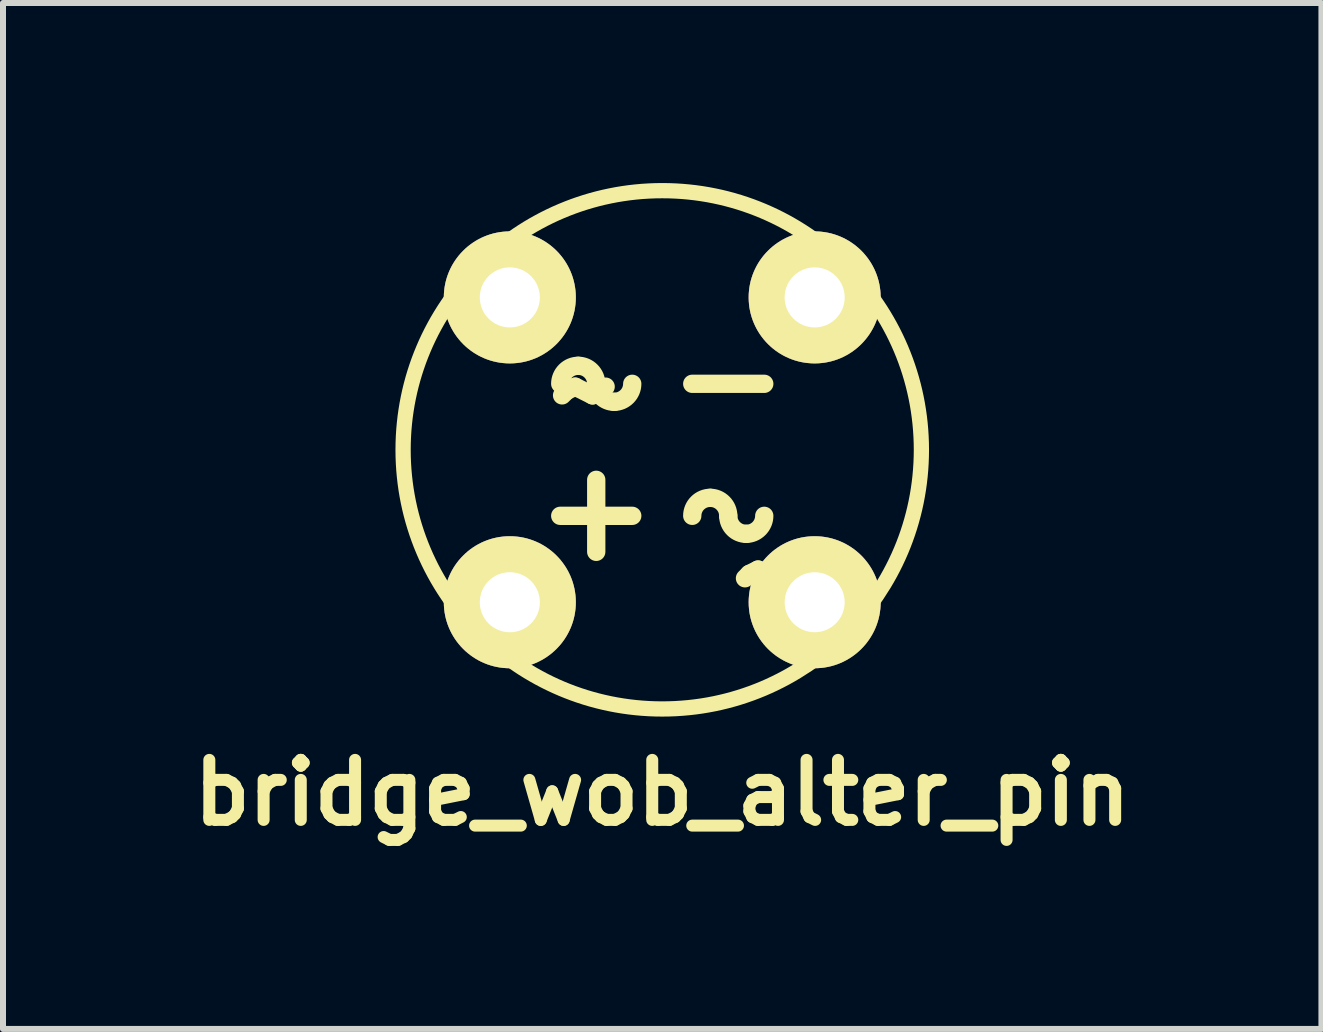
<source format=kicad_pcb>
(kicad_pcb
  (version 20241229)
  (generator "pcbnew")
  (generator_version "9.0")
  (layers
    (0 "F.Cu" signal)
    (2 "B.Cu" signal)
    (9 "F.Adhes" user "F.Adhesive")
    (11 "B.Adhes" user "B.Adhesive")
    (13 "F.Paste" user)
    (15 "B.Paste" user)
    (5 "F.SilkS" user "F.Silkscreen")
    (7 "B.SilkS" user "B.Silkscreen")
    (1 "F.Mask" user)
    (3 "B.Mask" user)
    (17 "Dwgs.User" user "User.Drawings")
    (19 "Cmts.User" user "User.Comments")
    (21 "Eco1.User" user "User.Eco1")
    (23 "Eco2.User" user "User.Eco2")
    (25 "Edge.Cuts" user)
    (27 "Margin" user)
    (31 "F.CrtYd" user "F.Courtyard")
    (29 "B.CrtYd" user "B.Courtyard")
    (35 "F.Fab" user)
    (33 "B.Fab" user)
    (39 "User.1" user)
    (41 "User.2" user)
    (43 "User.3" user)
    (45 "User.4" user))
  (footprint "bridge_wob_alter_pin"
    (layer "F.Cu")
    (at 7.986 4.446)
    (property "Reference" "bridge_wob_alter_pin" (at 0 5.715 0) (layer "F.SilkS") (effects (font (size 1 1) (thickness 0.2))))
    (attr through_hole)
    (fp_line (start -1.1 0.5) (end -1.1 1.7) (stroke (width 0.305) (type solid)) (layer "F.SilkS"))
    (fp_line (start -0.5 1.1) (end -1.7 1.1) (stroke (width 0.305) (type solid)) (layer "F.SilkS"))
    (fp_line (start 1.7 -1.1) (end 0.5 -1.1) (stroke (width 0.305) (type solid)) (layer "F.SilkS"))
    (fp_arc (start -1.7 -1.1) (mid -1.612132 -1.312132) (end -1.4 -1.4) (stroke (width 0.3048) (type solid)) (layer "F.SilkS"))
    (fp_arc (start -1.4 -1.4) (mid -1.187868 -1.312132) (end -1.1 -1.1) (stroke (width 0.3048) (type solid)) (layer "F.SilkS"))
    (fp_arc (start -0.8 -0.8) (mid -1.012132 -0.887868) (end -1.1 -1.1) (stroke (width 0.3048) (type solid)) (layer "F.SilkS"))
    (fp_arc (start -0.5 -1.1) (mid -0.587868 -0.887868) (end -0.8 -0.8) (stroke (width 0.3048) (type solid)) (layer "F.SilkS"))
    (fp_arc (start 0.5 1.1) (mid 0.587868 0.887868) (end 0.8 0.8) (stroke (width 0.3048) (type solid)) (layer "F.SilkS"))
    (fp_arc (start 0.8 0.8) (mid 1.012132 0.887868) (end 1.1 1.1) (stroke (width 0.3048) (type solid)) (layer "F.SilkS"))
    (fp_arc (start 1.4 1.4) (mid 1.187868 1.312132) (end 1.1 1.1) (stroke (width 0.3048) (type solid)) (layer "F.SilkS"))
    (fp_arc (start 1.7 1.1) (mid 1.612132 1.312132) (end 1.4 1.4) (stroke (width 0.3048) (type solid)) (layer "F.SilkS"))
    (fp_circle (center 0 0) (end -4.318 -0.076) (stroke (width 0.254) (type solid)) (fill no) (layer "F.SilkS"))
    (fp_text user "~" (at 1.778 2.032 0) (layer "F.SilkS") (effects (font (size 1.524 1.524) (thickness 0.305))))
    (fp_text user "~" (at -1.27 -1.016 0) (layer "F.SilkS") (effects (font (size 1.524 1.524) (thickness 0.305))))
    (pad "1" thru_hole circle (at 2.54 -2.54) (size 2.2 2.2) (drill 1.001) (layers "*.Cu" "*.Mask" "F.SilkS"))
    (pad "2" thru_hole circle (at -2.54 -2.54) (size 2.2 2.2) (drill 1.001) (layers "*.Cu" "*.Mask" "F.SilkS"))
    (pad "3" thru_hole circle (at -2.54 2.54) (size 2.2 2.2) (drill 1.001) (layers "*.Cu" "*.Mask" "F.SilkS"))
    (pad "4" thru_hole circle (at 2.54 2.54) (size 2.2 2.2) (drill 1) (layers "*.Cu" "*.Mask" "F.SilkS")))
  (gr_rect
    (start -3 -3)
    (end 18.971 14.097)
    (stroke (width 0.1) (type default))
    (fill no)
    (layer "Edge.Cuts")))
</source>
